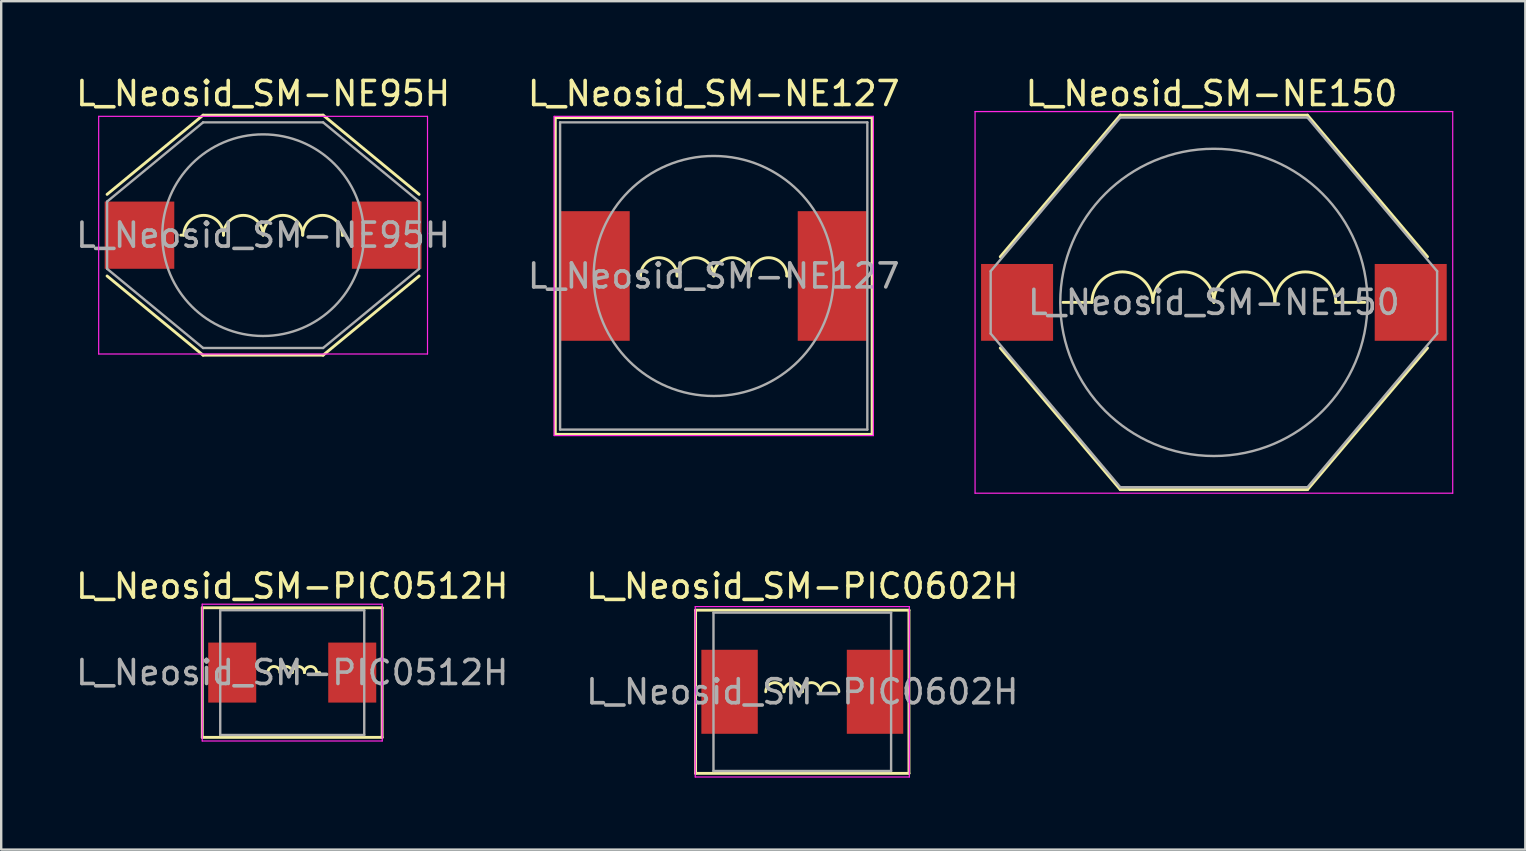
<source format=kicad_pcb>
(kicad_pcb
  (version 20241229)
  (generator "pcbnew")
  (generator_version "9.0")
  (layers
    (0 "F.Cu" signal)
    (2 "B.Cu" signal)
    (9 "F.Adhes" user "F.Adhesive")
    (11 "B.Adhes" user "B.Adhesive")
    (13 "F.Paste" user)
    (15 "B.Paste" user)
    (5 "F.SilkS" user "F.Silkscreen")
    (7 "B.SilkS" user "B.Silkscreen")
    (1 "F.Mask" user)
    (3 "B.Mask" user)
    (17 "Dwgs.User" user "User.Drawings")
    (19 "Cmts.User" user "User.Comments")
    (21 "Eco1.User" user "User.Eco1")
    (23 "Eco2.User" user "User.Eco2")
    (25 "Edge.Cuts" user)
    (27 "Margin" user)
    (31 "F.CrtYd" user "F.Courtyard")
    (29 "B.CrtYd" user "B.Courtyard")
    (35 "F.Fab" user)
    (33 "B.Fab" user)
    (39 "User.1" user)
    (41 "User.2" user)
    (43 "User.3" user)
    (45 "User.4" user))
  (footprint "L_Neosid_SM-NE95H"
    (layer "F.Cu")
    (at 7.911 6.748)
    (property "Reference" "L_Neosid_SM-NE95H" (at 0 -5.9 0) (layer "F.SilkS") (effects (font (size 1 1) (thickness 0.15))))
    (attr smd)
    (fp_line (start -6.5 -1.7) (end -2.5 -5) (stroke (width 0.12) (type solid)) (layer "F.SilkS"))
    (fp_line (start -3.429 0) (end -3.302 0) (stroke (width 0.12) (type solid)) (layer "F.SilkS"))
    (fp_line (start -2.5 -5) (end 2.5 -5) (stroke (width 0.12) (type solid)) (layer "F.SilkS"))
    (fp_line (start -2.5 5) (end -6.5 1.7) (stroke (width 0.12) (type solid)) (layer "F.SilkS"))
    (fp_line (start 2.5 -5) (end 6.5 -1.7) (stroke (width 0.12) (type solid)) (layer "F.SilkS"))
    (fp_line (start 2.5 5) (end -2.5 5) (stroke (width 0.12) (type solid)) (layer "F.SilkS"))
    (fp_line (start 3.302 0) (end 3.429 0) (stroke (width 0.12) (type solid)) (layer "F.SilkS"))
    (fp_line (start 6.5 1.7) (end 2.5 5) (stroke (width 0.12) (type solid)) (layer "F.SilkS"))
    (fp_arc (start -3.302 0) (mid -2.4765 -0.8255) (end -1.651 0) (stroke (width 0.12) (type solid)) (layer "F.SilkS"))
    (fp_arc (start -1.651 0) (mid -0.8255 -0.8255) (end 0 0) (stroke (width 0.12) (type solid)) (layer "F.SilkS"))
    (fp_arc (start 0 0) (mid 0.8255 -0.8255) (end 1.651 0) (stroke (width 0.12) (type solid)) (layer "F.SilkS"))
    (fp_arc (start 1.651 0) (mid 2.4765 -0.8255) (end 3.302 0) (stroke (width 0.12) (type solid)) (layer "F.SilkS"))
    (fp_line (start -6.85 -4.95) (end -6.85 4.95) (stroke (width 0.05) (type solid)) (layer "F.CrtYd"))
    (fp_line (start -6.85 -4.95) (end 6.85 -4.95) (stroke (width 0.05) (type solid)) (layer "F.CrtYd"))
    (fp_line (start 6.85 4.95) (end -6.85 4.95) (stroke (width 0.05) (type solid)) (layer "F.CrtYd"))
    (fp_line (start 6.85 4.95) (end 6.85 -4.95) (stroke (width 0.05) (type solid)) (layer "F.CrtYd"))
    (fp_line (start -6.5 -1.4) (end -2.5 -4.7) (stroke (width 0.1) (type solid)) (layer "F.Fab"))
    (fp_line (start -6.5 1.4) (end -6.5 -1.4) (stroke (width 0.1) (type solid)) (layer "F.Fab"))
    (fp_line (start -2.5 -4.7) (end 2.5 -4.7) (stroke (width 0.1) (type solid)) (layer "F.Fab"))
    (fp_line (start -2.5 4.7) (end -6.5 1.4) (stroke (width 0.1) (type solid)) (layer "F.Fab"))
    (fp_line (start 2.5 -4.7) (end 6.5 -1.4) (stroke (width 0.1) (type solid)) (layer "F.Fab"))
    (fp_line (start 2.5 4.7) (end -2.5 4.7) (stroke (width 0.1) (type solid)) (layer "F.Fab"))
    (fp_line (start 6.5 -1.4) (end 6.5 1.4) (stroke (width 0.1) (type solid)) (layer "F.Fab"))
    (fp_line (start 6.5 1.4) (end 2.5 4.7) (stroke (width 0.1) (type solid)) (layer "F.Fab"))
    (fp_circle (center 0 0) (end 0 -4.2) (stroke (width 0.1) (type solid)) (fill no) (layer "F.Fab"))
    (fp_text user "${REFERENCE}" (at 0 0 0) (layer "F.Fab") (effects (font (size 1 1) (thickness 0.15))))
    (pad "1" smd rect (at -5.15 0) (size 2.9 2.8) (layers "F.Cu" "F.Mask" "F.Paste"))
    (pad "2" smd rect (at 5.15 0) (size 2.9 2.8) (layers "F.Cu" "F.Mask" "F.Paste")))
  (footprint "L_Neosid_SM-PIC0602H"
    (layer "F.Cu")
    (at 30.375 25.771)
    (property "Reference" "L_Neosid_SM-PIC0602H" (at 0 -4.4 0) (layer "F.SilkS") (effects (font (size 1 1) (thickness 0.15))))
    (attr smd)
    (fp_line (start -4.445 -3.4) (end -4.445 3.4) (stroke (width 0.12) (type solid)) (layer "F.SilkS"))
    (fp_line (start -4.445 3.4) (end 4.445 3.4) (stroke (width 0.12) (type solid)) (layer "F.SilkS"))
    (fp_line (start 4.445 -3.4) (end -4.445 -3.4) (stroke (width 0.12) (type solid)) (layer "F.SilkS"))
    (fp_line (start 4.445 -3.4) (end 4.445 3.4) (stroke (width 0.12) (type solid)) (layer "F.SilkS"))
    (fp_arc (start -1.524 0) (mid -1.143 -0.381) (end -0.762 0) (stroke (width 0.12) (type solid)) (layer "F.SilkS"))
    (fp_arc (start -0.762 0) (mid -0.381 -0.381) (end 0 0) (stroke (width 0.12) (type solid)) (layer "F.SilkS"))
    (fp_arc (start 0 0) (mid 0.381 -0.381) (end 0.762 0) (stroke (width 0.12) (type solid)) (layer "F.SilkS"))
    (fp_arc (start 0.762 0) (mid 1.143 -0.381) (end 1.524 0) (stroke (width 0.12) (type solid)) (layer "F.SilkS"))
    (fp_line (start -4.46 -3.55) (end -4.46 3.55) (stroke (width 0.05) (type solid)) (layer "F.CrtYd"))
    (fp_line (start -4.46 -3.55) (end 4.46 -3.55) (stroke (width 0.05) (type solid)) (layer "F.CrtYd"))
    (fp_line (start 4.46 3.55) (end -4.46 3.55) (stroke (width 0.05) (type solid)) (layer "F.CrtYd"))
    (fp_line (start 4.46 3.55) (end 4.46 -3.55) (stroke (width 0.05) (type solid)) (layer "F.CrtYd"))
    (fp_line (start -3.7 -3.3) (end -3.7 3.3) (stroke (width 0.1) (type solid)) (layer "F.Fab"))
    (fp_line (start -3.7 3.3) (end 3.7 3.3) (stroke (width 0.1) (type solid)) (layer "F.Fab"))
    (fp_line (start 3.7 -3.3) (end -3.7 -3.3) (stroke (width 0.1) (type solid)) (layer "F.Fab"))
    (fp_line (start 3.7 3.3) (end 3.7 -3.3) (stroke (width 0.1) (type solid)) (layer "F.Fab"))
    (fp_text user "${REFERENCE}" (at 0 0 0) (layer "F.Fab") (effects (font (size 1 1) (thickness 0.15))))
    (pad "1" smd rect (at -3.03 0) (size 2.35 3.5) (layers "F.Cu" "F.Mask" "F.Paste"))
    (pad "2" smd rect (at 3.03 0) (size 2.35 3.5) (layers "F.Cu" "F.Mask" "F.Paste")))
  (footprint "L_Neosid_SM-NE150"
    (layer "F.Cu")
    (at 47.523 9.548)
    (property "Reference" "L_Neosid_SM-NE150" (at -0.1 -8.7 0) (layer "F.SilkS") (effects (font (size 1 1) (thickness 0.15))))
    (attr smd)
    (fp_line (start -8.9 1.9) (end -3.9 7.8) (stroke (width 0.12) (type solid)) (layer "F.SilkS"))
    (fp_line (start -5.08 0) (end -6.287 0) (stroke (width 0.12) (type solid)) (layer "F.SilkS"))
    (fp_line (start -3.9 -7.8) (end -8.9 -1.9) (stroke (width 0.12) (type solid)) (layer "F.SilkS"))
    (fp_line (start -3.9 -7.8) (end 3.9 -7.8) (stroke (width 0.12) (type solid)) (layer "F.SilkS"))
    (fp_line (start -3.9 7.8) (end 3.9 7.8) (stroke (width 0.12) (type solid)) (layer "F.SilkS"))
    (fp_line (start 3.9 -7.8) (end 8.9 -1.9) (stroke (width 0.12) (type solid)) (layer "F.SilkS"))
    (fp_line (start 3.9 7.8) (end 8.9 1.9) (stroke (width 0.12) (type solid)) (layer "F.SilkS"))
    (fp_line (start 5.08 0) (end 6.287 0) (stroke (width 0.12) (type solid)) (layer "F.SilkS"))
    (fp_arc (start -5.08 0) (mid -3.81 -1.27) (end -2.54 0) (stroke (width 0.12) (type solid)) (layer "F.SilkS"))
    (fp_arc (start -2.54 0) (mid -1.27 -1.27) (end 0 0) (stroke (width 0.12) (type solid)) (layer "F.SilkS"))
    (fp_arc (start 0 0) (mid 1.27 -1.27) (end 2.54 0) (stroke (width 0.12) (type solid)) (layer "F.SilkS"))
    (fp_arc (start 2.54 0) (mid 3.81 -1.27) (end 5.08 0) (stroke (width 0.12) (type solid)) (layer "F.SilkS"))
    (fp_line (start -9.95 -7.95) (end -9.95 7.95) (stroke (width 0.05) (type solid)) (layer "F.CrtYd"))
    (fp_line (start -9.95 -7.95) (end 9.95 -7.95) (stroke (width 0.05) (type solid)) (layer "F.CrtYd"))
    (fp_line (start 9.95 7.95) (end -9.95 7.95) (stroke (width 0.05) (type solid)) (layer "F.CrtYd"))
    (fp_line (start 9.95 7.95) (end 9.95 -7.95) (stroke (width 0.05) (type solid)) (layer "F.CrtYd"))
    (fp_line (start -9.3 -1.3) (end -3.9 -7.7) (stroke (width 0.1) (type solid)) (layer "F.Fab"))
    (fp_line (start -9.3 1.3) (end -9.3 -1.3) (stroke (width 0.1) (type solid)) (layer "F.Fab"))
    (fp_line (start -3.9 -7.7) (end 3.9 -7.7) (stroke (width 0.1) (type solid)) (layer "F.Fab"))
    (fp_line (start -3.9 7.7) (end -9.3 1.3) (stroke (width 0.1) (type solid)) (layer "F.Fab"))
    (fp_line (start 3.9 -7.7) (end 9.3 -1.3) (stroke (width 0.1) (type solid)) (layer "F.Fab"))
    (fp_line (start 3.9 7.7) (end -3.9 7.7) (stroke (width 0.1) (type solid)) (layer "F.Fab"))
    (fp_line (start 9.3 -1.3) (end 9.3 1.3) (stroke (width 0.1) (type solid)) (layer "F.Fab"))
    (fp_line (start 9.3 1.3) (end 3.9 7.7) (stroke (width 0.1) (type solid)) (layer "F.Fab"))
    (fp_circle (center 0 0) (end -6.4 0) (stroke (width 0.1) (type solid)) (fill no) (layer "F.Fab"))
    (fp_text user "${REFERENCE}" (at 0 0 0) (layer "F.Fab") (effects (font (size 1 1) (thickness 0.15))))
    (pad "1" smd rect (at -8.2 0 180) (size 3 3.2) (layers "F.Cu" "F.Mask" "F.Paste"))
    (pad "2" smd rect (at 8.2 0) (size 3 3.2) (layers "F.Cu" "F.Mask" "F.Paste")))
  (footprint "L_Neosid_SM-PIC0512H"
    (layer "F.Cu")
    (at 9.125 24.971)
    (property "Reference" "L_Neosid_SM-PIC0512H" (at 0 -3.6 0) (layer "F.SilkS") (effects (font (size 1 1) (thickness 0.15))))
    (attr smd)
    (fp_line (start -3.747 -2.7) (end -3.747 2.7) (stroke (width 0.12) (type solid)) (layer "F.SilkS"))
    (fp_line (start -1.016 0) (end -1.143 0) (stroke (width 0.12) (type solid)) (layer "F.SilkS"))
    (fp_line (start 1.016 0) (end 1.143 0) (stroke (width 0.12) (type solid)) (layer "F.SilkS"))
    (fp_line (start 3.747 -2.7) (end -3.747 -2.7) (stroke (width 0.12) (type solid)) (layer "F.SilkS"))
    (fp_line (start 3.747 -2.7) (end 3.747 2.7) (stroke (width 0.12) (type solid)) (layer "F.SilkS"))
    (fp_line (start 3.747 2.7) (end -3.747 2.7) (stroke (width 0.12) (type solid)) (layer "F.SilkS"))
    (fp_arc (start -1.016 0) (mid -0.762 -0.254) (end -0.508 0) (stroke (width 0.12) (type solid)) (layer "F.SilkS"))
    (fp_arc (start -0.508 0) (mid -0.254 -0.254) (end 0 0) (stroke (width 0.12) (type solid)) (layer "F.SilkS"))
    (fp_arc (start 0 0) (mid 0.254 -0.254) (end 0.508 0) (stroke (width 0.12) (type solid)) (layer "F.SilkS"))
    (fp_arc (start 0.508 0) (mid 0.762 -0.254) (end 1.016 0) (stroke (width 0.12) (type solid)) (layer "F.SilkS"))
    (fp_line (start -3.75 -2.85) (end -3.75 2.85) (stroke (width 0.05) (type solid)) (layer "F.CrtYd"))
    (fp_line (start -3.75 -2.85) (end 3.75 -2.85) (stroke (width 0.05) (type solid)) (layer "F.CrtYd"))
    (fp_line (start 3.75 2.85) (end -3.75 2.85) (stroke (width 0.05) (type solid)) (layer "F.CrtYd"))
    (fp_line (start 3.75 2.85) (end 3.75 -2.85) (stroke (width 0.05) (type solid)) (layer "F.CrtYd"))
    (fp_line (start -3 -2.6) (end 3 -2.6) (stroke (width 0.1) (type solid)) (layer "F.Fab"))
    (fp_line (start -3 2.6) (end -3 -2.6) (stroke (width 0.1) (type solid)) (layer "F.Fab"))
    (fp_line (start 3 -2.6) (end 3 2.6) (stroke (width 0.1) (type solid)) (layer "F.Fab"))
    (fp_line (start 3 2.6) (end -3 2.6) (stroke (width 0.1) (type solid)) (layer "F.Fab"))
    (fp_text user "${REFERENCE}" (at 0 0 0) (layer "F.Fab") (effects (font (size 1 1) (thickness 0.15))))
    (pad "1" smd rect (at -2.5 0 180) (size 2 2.5) (layers "F.Cu" "F.Mask" "F.Paste"))
    (pad "2" smd rect (at 2.5 0 180) (size 2 2.5) (layers "F.Cu" "F.Mask" "F.Paste")))
  (footprint "L_Neosid_SM-NE127"
    (layer "F.Cu")
    (at 26.685 8.448)
    (property "Reference" "L_Neosid_SM-NE127" (at 0 -7.6 0) (layer "F.SilkS") (effects (font (size 1 1) (thickness 0.15))))
    (attr smd)
    (fp_line (start -6.6 -6.6) (end 6.6 -6.6) (stroke (width 0.12) (type solid)) (layer "F.SilkS"))
    (fp_line (start -6.6 6.6) (end -6.6 -6.6) (stroke (width 0.12) (type solid)) (layer "F.SilkS"))
    (fp_line (start -3.175 0) (end -3.048 0) (stroke (width 0.12) (type solid)) (layer "F.SilkS"))
    (fp_line (start 3.048 0) (end 3.175 0) (stroke (width 0.12) (type solid)) (layer "F.SilkS"))
    (fp_line (start 6.6 -6.6) (end 6.6 6.6) (stroke (width 0.12) (type solid)) (layer "F.SilkS"))
    (fp_line (start 6.6 6.6) (end -6.6 6.6) (stroke (width 0.12) (type solid)) (layer "F.SilkS"))
    (fp_arc (start -3.048 0) (mid -2.286 -0.762) (end -1.524 0) (stroke (width 0.12) (type solid)) (layer "F.SilkS"))
    (fp_arc (start -1.524 0) (mid -0.762 -0.762) (end 0 0) (stroke (width 0.12) (type solid)) (layer "F.SilkS"))
    (fp_arc (start 0 0) (mid 0.762 -0.762) (end 1.524 0) (stroke (width 0.12) (type solid)) (layer "F.SilkS"))
    (fp_arc (start 1.524 0) (mid 2.286 -0.762) (end 3.048 0) (stroke (width 0.12) (type solid)) (layer "F.SilkS"))
    (fp_line (start -6.65 -6.65) (end -6.65 6.65) (stroke (width 0.05) (type solid)) (layer "F.CrtYd"))
    (fp_line (start -6.65 -6.65) (end 6.65 -6.65) (stroke (width 0.05) (type solid)) (layer "F.CrtYd"))
    (fp_line (start 6.65 6.65) (end -6.65 6.65) (stroke (width 0.05) (type solid)) (layer "F.CrtYd"))
    (fp_line (start 6.65 6.65) (end 6.65 -6.65) (stroke (width 0.05) (type solid)) (layer "F.CrtYd"))
    (fp_line (start -6.4 -6.4) (end 6.4 -6.4) (stroke (width 0.1) (type solid)) (layer "F.Fab"))
    (fp_line (start -6.4 6.4) (end -6.4 -6.4) (stroke (width 0.1) (type solid)) (layer "F.Fab"))
    (fp_line (start 6.4 -6.4) (end 6.4 6.4) (stroke (width 0.1) (type solid)) (layer "F.Fab"))
    (fp_line (start 6.4 6.4) (end -6.4 6.4) (stroke (width 0.1) (type solid)) (layer "F.Fab"))
    (fp_circle (center 0 0) (end 5 0) (stroke (width 0.1) (type solid)) (fill no) (layer "F.Fab"))
    (fp_text user "${REFERENCE}" (at 0 0 0) (layer "F.Fab") (effects (font (size 1 1) (thickness 0.15))))
    (pad "1" smd rect (at -4.95 0) (size 2.9 5.4) (layers "F.Cu" "F.Mask" "F.Paste"))
    (pad "2" smd rect (at 4.95 0) (size 2.9 5.4) (layers "F.Cu" "F.Mask" "F.Paste")))
  (gr_rect
    (start -3 -3)
    (end 60.498 32.346)
    (stroke (width 0.1) (type default))
    (fill no)
    (layer "Edge.Cuts")))
</source>
